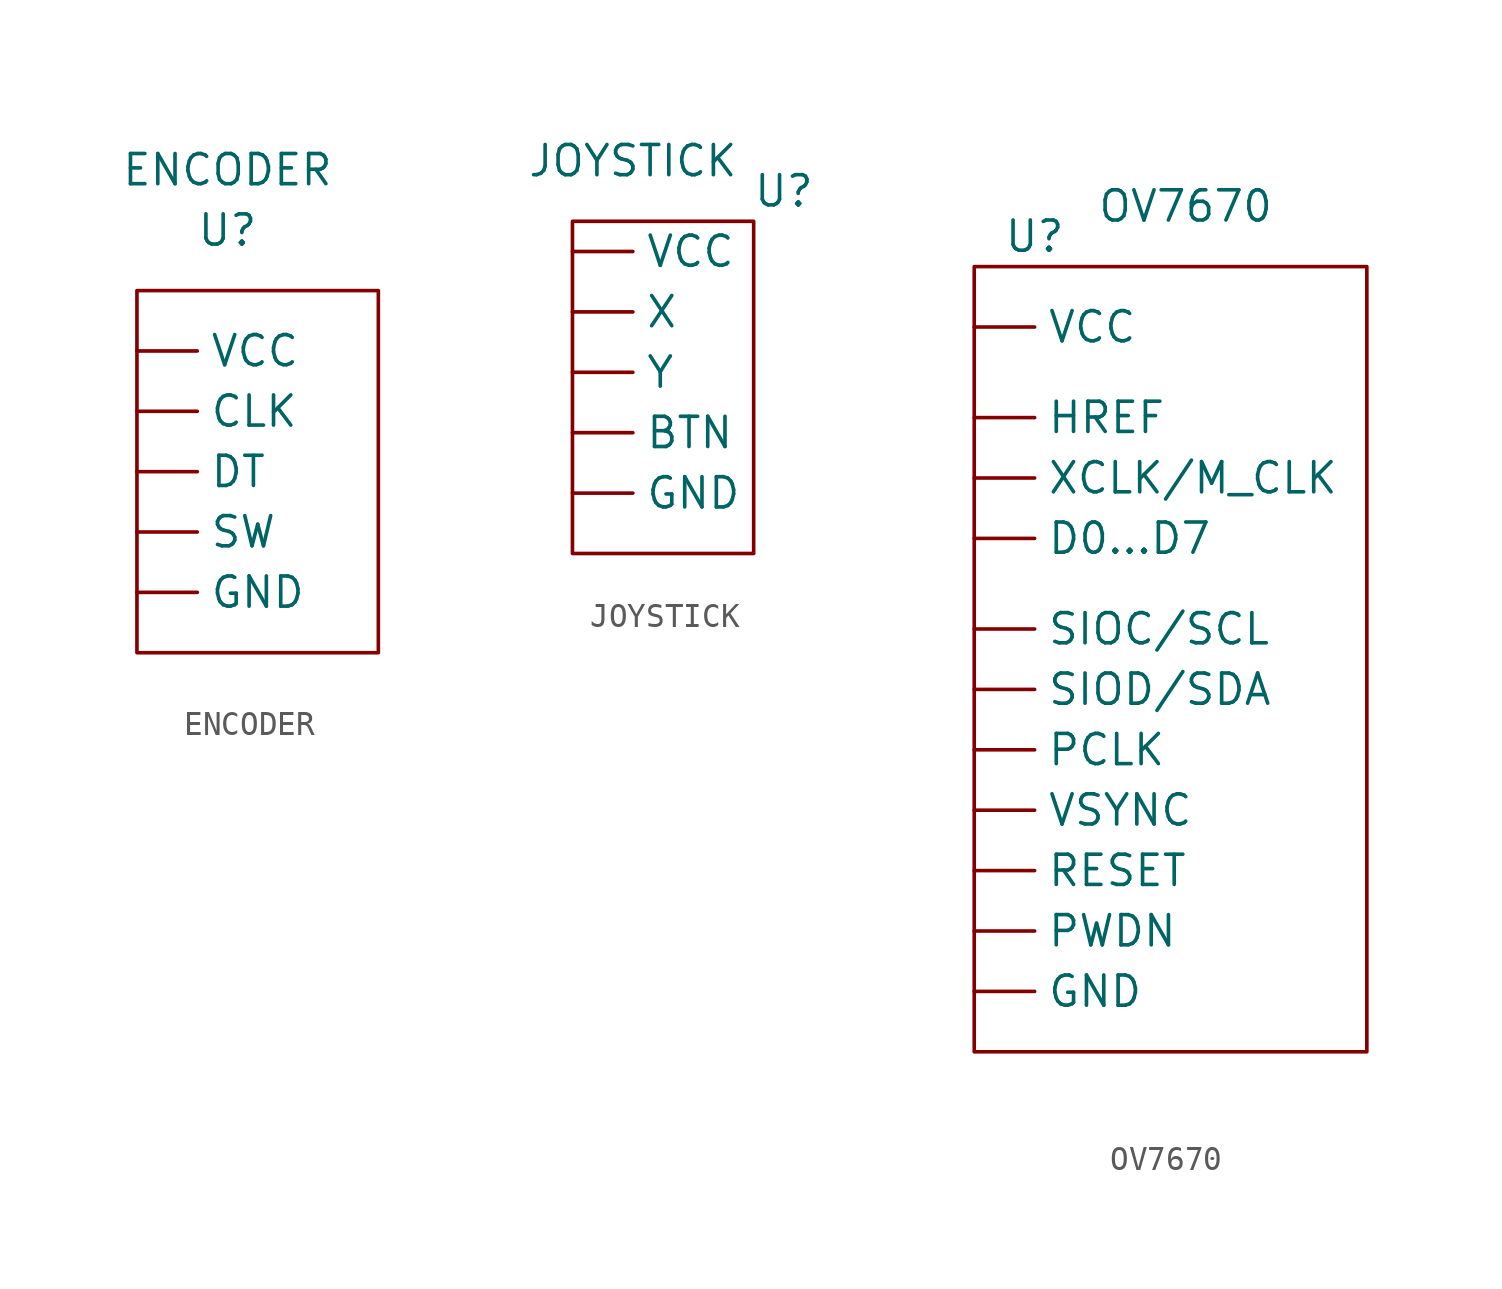
<source format=kicad_sym>
(kicad_symbol_lib
  (version 20211014)
  (generator kicad_symbol_editor)
  (symbol "ENCODER"
    (property "Reference" "U"
      (at 0 0 0)
      (effects (font (size 1.27 1.27))))
    (property "Value" "ENCODER"
      (at 0 2.54 0)
      (effects (font (size 1.27 1.27))))
    (symbol "ENCODER_0_1"
      (rectangle (start -3.81 -2.54) (end 6.35 -17.78) (stroke (width 0) (type default) (color 0 0 0 0)) (fill (type none))))
    (symbol "ENCODER_1_1"
      (pin input line (at -3.81 -7.62 0) (length 2.54) (name "CLK" (effects (font (size 1.27 1.27)))) (number "" (effects (font (size 1.27 1.27)))))
      (pin input line (at -3.81 -10.16 0) (length 2.54) (name "DT" (effects (font (size 1.27 1.27)))) (number "" (effects (font (size 1.27 1.27)))))
      (pin input line (at -3.81 -15.24 0) (length 2.54) (name "GND" (effects (font (size 1.27 1.27)))) (number "" (effects (font (size 1.27 1.27)))))
      (pin input line (at -3.81 -12.7 0) (length 2.54) (name "SW" (effects (font (size 1.27 1.27)))) (number "" (effects (font (size 1.27 1.27)))))
      (pin input line (at -3.81 -5.08 0) (length 2.54) (name "VCC" (effects (font (size 1.27 1.27)))) (number "" (effects (font (size 1.27 1.27)))))))
  (symbol "JOYSTICK"
    (property "Reference" "U"
      (at 6.35 1.27 0)
      (effects (font (size 1.27 1.27))))
    (property "Value" "JOYSTICK"
      (at 0 2.54 0)
      (effects (font (size 1.27 1.27))))
    (symbol "JOYSTICK_0_1"
      (rectangle (start -2.54 0) (end 5.08 -13.97) (stroke (width 0) (type default) (color 0 0 0 0)) (fill (type none))))
    (symbol "JOYSTICK_1_1"
      (pin input line (at -2.54 -8.89 0) (length 2.54) (name "BTN" (effects (font (size 1.27 1.27)))) (number "" (effects (font (size 1.27 1.27)))))
      (pin input line (at -2.54 -11.43 0) (length 2.54) (name "GND" (effects (font (size 1.27 1.27)))) (number "" (effects (font (size 1.27 1.27)))))
      (pin input line (at -2.54 -1.27 0) (length 2.54) (name "VCC" (effects (font (size 1.27 1.27)))) (number "" (effects (font (size 1.27 1.27)))))
      (pin input line (at -2.54 -3.81 0) (length 2.54) (name "X" (effects (font (size 1.27 1.27)))) (number "" (effects (font (size 1.27 1.27)))))
      (pin input line (at -2.54 -6.35 0) (length 2.54) (name "Y" (effects (font (size 1.27 1.27)))) (number "" (effects (font (size 1.27 1.27)))))))
  (symbol "OV7670"
    (property "Reference" "U"
      (at -2.54 0 0)
      (effects (font (size 1.27 1.27))))
    (property "Value" "OV7670"
      (at 3.81 1.27 0)
      (effects (font (size 1.27 1.27))))
    (symbol "OV7670_0_1"
      (rectangle (start -5.08 -1.27) (end 11.43 -34.29) (stroke (width 0) (type default) (color 0 0 0 0)) (fill (type none))))
    (symbol "OV7670_1_1"
      (pin input line (at -5.08 -12.7 0) (length 2.54) (name "D0...D7" (effects (font (size 1.27 1.27)))) (number "" (effects (font (size 1.27 1.27)))))
      (pin input line (at -5.08 -31.75 0) (length 2.54) (name "GND" (effects (font (size 1.27 1.27)))) (number "" (effects (font (size 1.27 1.27)))))
      (pin input line (at -5.08 -7.62 0) (length 2.54) (name "HREF" (effects (font (size 1.27 1.27)))) (number "" (effects (font (size 1.27 1.27)))))
      (pin input line (at -5.08 -21.59 0) (length 2.54) (name "PCLK" (effects (font (size 1.27 1.27)))) (number "" (effects (font (size 1.27 1.27)))))
      (pin input line (at -5.08 -29.21 0) (length 2.54) (name "PWDN" (effects (font (size 1.27 1.27)))) (number "" (effects (font (size 1.27 1.27)))))
      (pin input line (at -5.08 -26.67 0) (length 2.54) (name "RESET" (effects (font (size 1.27 1.27)))) (number "" (effects (font (size 1.27 1.27)))))
      (pin input line (at -5.08 -16.51 0) (length 2.54) (name "SIOC/SCL" (effects (font (size 1.27 1.27)))) (number "" (effects (font (size 1.27 1.27)))))
      (pin input line (at -5.08 -19.05 0) (length 2.54) (name "SIOD/SDA" (effects (font (size 1.27 1.27)))) (number "" (effects (font (size 1.27 1.27)))))
      (pin input line (at -5.08 -3.81 0) (length 2.54) (name "VCC" (effects (font (size 1.27 1.27)))) (number "" (effects (font (size 1.27 1.27)))))
      (pin input line (at -5.08 -24.13 0) (length 2.54) (name "VSYNC" (effects (font (size 1.27 1.27)))) (number "" (effects (font (size 1.27 1.27)))))
      (pin input line (at -5.08 -10.16 0) (length 2.54) (name "XCLK/M_CLK" (effects (font (size 1.27 1.27)))) (number "" (effects (font (size 1.27 1.27))))))))
</source>
